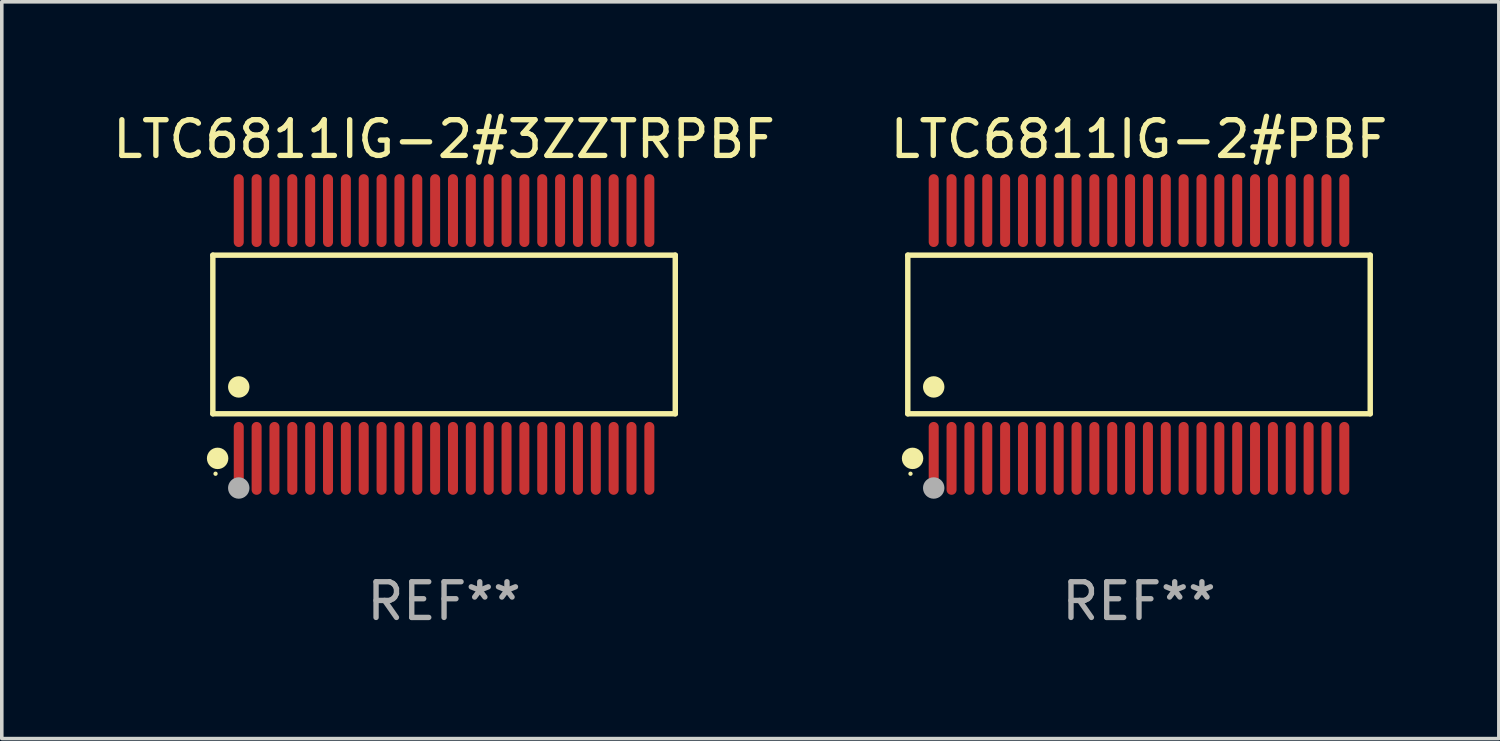
<source format=kicad_pcb>
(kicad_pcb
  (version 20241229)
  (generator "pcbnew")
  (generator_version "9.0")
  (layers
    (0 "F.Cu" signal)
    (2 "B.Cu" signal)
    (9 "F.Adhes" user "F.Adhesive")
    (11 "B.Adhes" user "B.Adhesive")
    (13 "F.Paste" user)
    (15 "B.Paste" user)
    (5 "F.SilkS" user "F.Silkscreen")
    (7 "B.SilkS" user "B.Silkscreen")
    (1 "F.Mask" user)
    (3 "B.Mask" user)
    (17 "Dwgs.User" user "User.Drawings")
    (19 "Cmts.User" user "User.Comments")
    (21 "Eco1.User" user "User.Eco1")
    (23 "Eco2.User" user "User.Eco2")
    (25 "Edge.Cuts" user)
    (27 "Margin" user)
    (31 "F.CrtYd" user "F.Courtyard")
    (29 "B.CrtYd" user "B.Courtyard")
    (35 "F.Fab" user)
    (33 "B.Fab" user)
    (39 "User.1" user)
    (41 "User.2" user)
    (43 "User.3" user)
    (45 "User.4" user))
  (footprint "LTC6811IG-2#3ZZTRPBF"
    (layer "F.Cu")
    (at 9.387 6.318)
    (property "Reference" "LTC6811IG-2#3ZZTRPBF" (at 0 -5.47 0) (layer "F.SilkS") (effects (font (size 1 1) (thickness 0.15))))
    (attr through_hole)
    (fp_line (start -6.476 -2.221) (end 6.476 -2.221) (stroke (width 0.152) (type solid)) (layer "F.SilkS"))
    (fp_line (start -6.476 2.221) (end -6.476 -2.221) (stroke (width 0.152) (type solid)) (layer "F.SilkS"))
    (fp_line (start 6.476 -2.221) (end 6.476 2.221) (stroke (width 0.152) (type solid)) (layer "F.SilkS"))
    (fp_line (start 6.476 2.221) (end -6.476 2.221) (stroke (width 0.152) (type solid)) (layer "F.SilkS"))
    (fp_circle (center -6.4 3.9) (end -6.37 3.9) (stroke (width 0.06) (type solid)) (fill no) (layer "F.SilkS"))
    (fp_circle (center -6.342 3.47) (end -6.192 3.47) (stroke (width 0.3) (type solid)) (fill no) (layer "F.SilkS"))
    (fp_circle (center -5.75 1.469) (end -5.6 1.469) (stroke (width 0.3) (type solid)) (fill no) (layer "F.SilkS"))
    (fp_circle (center -5.75 4.3) (end -5.6 4.3) (stroke (width 0.3) (type solid)) (fill no) (layer "F.Fab"))
    (fp_text user "REF**" (at 0 7.47 0) (layer "F.Fab") (effects (font (size 1 1) (thickness 0.15))))
    (pad "1" smd oval (at -5.75 3.47) (size 0.28 2.04) (layers "F.Cu" "F.Mask" "F.Paste"))
    (pad "2" smd oval (at -5.25 3.47) (size 0.28 2.04) (layers "F.Cu" "F.Mask" "F.Paste"))
    (pad "3" smd oval (at -4.75 3.47) (size 0.28 2.04) (layers "F.Cu" "F.Mask" "F.Paste"))
    (pad "4" smd oval (at -4.25 3.47) (size 0.28 2.04) (layers "F.Cu" "F.Mask" "F.Paste"))
    (pad "5" smd oval (at -3.75 3.47) (size 0.28 2.04) (layers "F.Cu" "F.Mask" "F.Paste"))
    (pad "6" smd oval (at -3.25 3.47) (size 0.28 2.04) (layers "F.Cu" "F.Mask" "F.Paste"))
    (pad "7" smd oval (at -2.75 3.47) (size 0.28 2.04) (layers "F.Cu" "F.Mask" "F.Paste"))
    (pad "8" smd oval (at -2.25 3.47) (size 0.28 2.04) (layers "F.Cu" "F.Mask" "F.Paste"))
    (pad "9" smd oval (at -1.75 3.47) (size 0.28 2.04) (layers "F.Cu" "F.Mask" "F.Paste"))
    (pad "10" smd oval (at -1.25 3.47) (size 0.28 2.04) (layers "F.Cu" "F.Mask" "F.Paste"))
    (pad "11" smd oval (at -0.75 3.47) (size 0.28 2.04) (layers "F.Cu" "F.Mask" "F.Paste"))
    (pad "12" smd oval (at -0.25 3.47) (size 0.28 2.04) (layers "F.Cu" "F.Mask" "F.Paste"))
    (pad "13" smd oval (at 0.25 3.47) (size 0.28 2.04) (layers "F.Cu" "F.Mask" "F.Paste"))
    (pad "14" smd oval (at 0.75 3.47) (size 0.28 2.04) (layers "F.Cu" "F.Mask" "F.Paste"))
    (pad "15" smd oval (at 1.25 3.47) (size 0.28 2.04) (layers "F.Cu" "F.Mask" "F.Paste"))
    (pad "16" smd oval (at 1.75 3.47) (size 0.28 2.04) (layers "F.Cu" "F.Mask" "F.Paste"))
    (pad "17" smd oval (at 2.25 3.47) (size 0.28 2.04) (layers "F.Cu" "F.Mask" "F.Paste"))
    (pad "18" smd oval (at 2.75 3.47) (size 0.28 2.04) (layers "F.Cu" "F.Mask" "F.Paste"))
    (pad "19" smd oval (at 3.25 3.47) (size 0.28 2.04) (layers "F.Cu" "F.Mask" "F.Paste"))
    (pad "20" smd oval (at 3.75 3.47) (size 0.28 2.04) (layers "F.Cu" "F.Mask" "F.Paste"))
    (pad "21" smd oval (at 4.25 3.47) (size 0.28 2.04) (layers "F.Cu" "F.Mask" "F.Paste"))
    (pad "22" smd oval (at 4.75 3.47) (size 0.28 2.04) (layers "F.Cu" "F.Mask" "F.Paste"))
    (pad "23" smd oval (at 5.25 3.47) (size 0.28 2.04) (layers "F.Cu" "F.Mask" "F.Paste"))
    (pad "24" smd oval (at 5.75 3.47) (size 0.28 2.04) (layers "F.Cu" "F.Mask" "F.Paste"))
    (pad "25" smd oval (at 5.75 -3.47) (size 0.28 2.04) (layers "F.Cu" "F.Mask" "F.Paste"))
    (pad "26" smd oval (at 5.25 -3.47) (size 0.28 2.04) (layers "F.Cu" "F.Mask" "F.Paste"))
    (pad "27" smd oval (at 4.75 -3.47) (size 0.28 2.04) (layers "F.Cu" "F.Mask" "F.Paste"))
    (pad "28" smd oval (at 4.25 -3.47) (size 0.28 2.04) (layers "F.Cu" "F.Mask" "F.Paste"))
    (pad "29" smd oval (at 3.75 -3.47) (size 0.28 2.04) (layers "F.Cu" "F.Mask" "F.Paste"))
    (pad "30" smd oval (at 3.25 -3.47) (size 0.28 2.04) (layers "F.Cu" "F.Mask" "F.Paste"))
    (pad "31" smd oval (at 2.75 -3.47) (size 0.28 2.04) (layers "F.Cu" "F.Mask" "F.Paste"))
    (pad "32" smd oval (at 2.25 -3.47) (size 0.28 2.04) (layers "F.Cu" "F.Mask" "F.Paste"))
    (pad "33" smd oval (at 1.75 -3.47) (size 0.28 2.04) (layers "F.Cu" "F.Mask" "F.Paste"))
    (pad "34" smd oval (at 1.25 -3.47) (size 0.28 2.04) (layers "F.Cu" "F.Mask" "F.Paste"))
    (pad "35" smd oval (at 0.75 -3.47) (size 0.28 2.04) (layers "F.Cu" "F.Mask" "F.Paste"))
    (pad "36" smd oval (at 0.25 -3.47) (size 0.28 2.04) (layers "F.Cu" "F.Mask" "F.Paste"))
    (pad "37" smd oval (at -0.25 -3.47) (size 0.28 2.04) (layers "F.Cu" "F.Mask" "F.Paste"))
    (pad "38" smd oval (at -0.75 -3.47) (size 0.28 2.04) (layers "F.Cu" "F.Mask" "F.Paste"))
    (pad "39" smd oval (at -1.25 -3.47) (size 0.28 2.04) (layers "F.Cu" "F.Mask" "F.Paste"))
    (pad "40" smd oval (at -1.75 -3.47) (size 0.28 2.04) (layers "F.Cu" "F.Mask" "F.Paste"))
    (pad "41" smd oval (at -2.25 -3.47) (size 0.28 2.04) (layers "F.Cu" "F.Mask" "F.Paste"))
    (pad "42" smd oval (at -2.75 -3.47) (size 0.28 2.04) (layers "F.Cu" "F.Mask" "F.Paste"))
    (pad "43" smd oval (at -3.25 -3.47) (size 0.28 2.04) (layers "F.Cu" "F.Mask" "F.Paste"))
    (pad "44" smd oval (at -3.75 -3.47) (size 0.28 2.04) (layers "F.Cu" "F.Mask" "F.Paste"))
    (pad "45" smd oval (at -4.25 -3.47) (size 0.28 2.04) (layers "F.Cu" "F.Mask" "F.Paste"))
    (pad "46" smd oval (at -4.75 -3.47) (size 0.28 2.04) (layers "F.Cu" "F.Mask" "F.Paste"))
    (pad "47" smd oval (at -5.25 -3.47) (size 0.28 2.04) (layers "F.Cu" "F.Mask" "F.Paste"))
    (pad "48" smd oval (at -5.75 -3.47) (size 0.28 2.04) (layers "F.Cu" "F.Mask" "F.Paste")))
  (footprint "LTC6811IG-2#PBF"
    (layer "F.Cu")
    (at 28.851 6.318)
    (property "Reference" "LTC6811IG-2#PBF" (at 0 -5.47 0) (layer "F.SilkS") (effects (font (size 1 1) (thickness 0.15))))
    (attr through_hole)
    (fp_line (start -6.476 -2.221) (end 6.476 -2.221) (stroke (width 0.152) (type solid)) (layer "F.SilkS"))
    (fp_line (start -6.476 2.221) (end -6.476 -2.221) (stroke (width 0.152) (type solid)) (layer "F.SilkS"))
    (fp_line (start 6.476 -2.221) (end 6.476 2.221) (stroke (width 0.152) (type solid)) (layer "F.SilkS"))
    (fp_line (start 6.476 2.221) (end -6.476 2.221) (stroke (width 0.152) (type solid)) (layer "F.SilkS"))
    (fp_circle (center -6.4 3.9) (end -6.37 3.9) (stroke (width 0.06) (type solid)) (fill no) (layer "F.SilkS"))
    (fp_circle (center -6.342 3.47) (end -6.192 3.47) (stroke (width 0.3) (type solid)) (fill no) (layer "F.SilkS"))
    (fp_circle (center -5.75 1.469) (end -5.6 1.469) (stroke (width 0.3) (type solid)) (fill no) (layer "F.SilkS"))
    (fp_circle (center -5.75 4.3) (end -5.6 4.3) (stroke (width 0.3) (type solid)) (fill no) (layer "F.Fab"))
    (fp_text user "REF**" (at 0 7.47 0) (layer "F.Fab") (effects (font (size 1 1) (thickness 0.15))))
    (pad "1" smd oval (at -5.75 3.47) (size 0.28 2.04) (layers "F.Cu" "F.Mask" "F.Paste"))
    (pad "2" smd oval (at -5.25 3.47) (size 0.28 2.04) (layers "F.Cu" "F.Mask" "F.Paste"))
    (pad "3" smd oval (at -4.75 3.47) (size 0.28 2.04) (layers "F.Cu" "F.Mask" "F.Paste"))
    (pad "4" smd oval (at -4.25 3.47) (size 0.28 2.04) (layers "F.Cu" "F.Mask" "F.Paste"))
    (pad "5" smd oval (at -3.75 3.47) (size 0.28 2.04) (layers "F.Cu" "F.Mask" "F.Paste"))
    (pad "6" smd oval (at -3.25 3.47) (size 0.28 2.04) (layers "F.Cu" "F.Mask" "F.Paste"))
    (pad "7" smd oval (at -2.75 3.47) (size 0.28 2.04) (layers "F.Cu" "F.Mask" "F.Paste"))
    (pad "8" smd oval (at -2.25 3.47) (size 0.28 2.04) (layers "F.Cu" "F.Mask" "F.Paste"))
    (pad "9" smd oval (at -1.75 3.47) (size 0.28 2.04) (layers "F.Cu" "F.Mask" "F.Paste"))
    (pad "10" smd oval (at -1.25 3.47) (size 0.28 2.04) (layers "F.Cu" "F.Mask" "F.Paste"))
    (pad "11" smd oval (at -0.75 3.47) (size 0.28 2.04) (layers "F.Cu" "F.Mask" "F.Paste"))
    (pad "12" smd oval (at -0.25 3.47) (size 0.28 2.04) (layers "F.Cu" "F.Mask" "F.Paste"))
    (pad "13" smd oval (at 0.25 3.47) (size 0.28 2.04) (layers "F.Cu" "F.Mask" "F.Paste"))
    (pad "14" smd oval (at 0.75 3.47) (size 0.28 2.04) (layers "F.Cu" "F.Mask" "F.Paste"))
    (pad "15" smd oval (at 1.25 3.47) (size 0.28 2.04) (layers "F.Cu" "F.Mask" "F.Paste"))
    (pad "16" smd oval (at 1.75 3.47) (size 0.28 2.04) (layers "F.Cu" "F.Mask" "F.Paste"))
    (pad "17" smd oval (at 2.25 3.47) (size 0.28 2.04) (layers "F.Cu" "F.Mask" "F.Paste"))
    (pad "18" smd oval (at 2.75 3.47) (size 0.28 2.04) (layers "F.Cu" "F.Mask" "F.Paste"))
    (pad "19" smd oval (at 3.25 3.47) (size 0.28 2.04) (layers "F.Cu" "F.Mask" "F.Paste"))
    (pad "20" smd oval (at 3.75 3.47) (size 0.28 2.04) (layers "F.Cu" "F.Mask" "F.Paste"))
    (pad "21" smd oval (at 4.25 3.47) (size 0.28 2.04) (layers "F.Cu" "F.Mask" "F.Paste"))
    (pad "22" smd oval (at 4.75 3.47) (size 0.28 2.04) (layers "F.Cu" "F.Mask" "F.Paste"))
    (pad "23" smd oval (at 5.25 3.47) (size 0.28 2.04) (layers "F.Cu" "F.Mask" "F.Paste"))
    (pad "24" smd oval (at 5.75 3.47) (size 0.28 2.04) (layers "F.Cu" "F.Mask" "F.Paste"))
    (pad "25" smd oval (at 5.75 -3.47) (size 0.28 2.04) (layers "F.Cu" "F.Mask" "F.Paste"))
    (pad "26" smd oval (at 5.25 -3.47) (size 0.28 2.04) (layers "F.Cu" "F.Mask" "F.Paste"))
    (pad "27" smd oval (at 4.75 -3.47) (size 0.28 2.04) (layers "F.Cu" "F.Mask" "F.Paste"))
    (pad "28" smd oval (at 4.25 -3.47) (size 0.28 2.04) (layers "F.Cu" "F.Mask" "F.Paste"))
    (pad "29" smd oval (at 3.75 -3.47) (size 0.28 2.04) (layers "F.Cu" "F.Mask" "F.Paste"))
    (pad "30" smd oval (at 3.25 -3.47) (size 0.28 2.04) (layers "F.Cu" "F.Mask" "F.Paste"))
    (pad "31" smd oval (at 2.75 -3.47) (size 0.28 2.04) (layers "F.Cu" "F.Mask" "F.Paste"))
    (pad "32" smd oval (at 2.25 -3.47) (size 0.28 2.04) (layers "F.Cu" "F.Mask" "F.Paste"))
    (pad "33" smd oval (at 1.75 -3.47) (size 0.28 2.04) (layers "F.Cu" "F.Mask" "F.Paste"))
    (pad "34" smd oval (at 1.25 -3.47) (size 0.28 2.04) (layers "F.Cu" "F.Mask" "F.Paste"))
    (pad "35" smd oval (at 0.75 -3.47) (size 0.28 2.04) (layers "F.Cu" "F.Mask" "F.Paste"))
    (pad "36" smd oval (at 0.25 -3.47) (size 0.28 2.04) (layers "F.Cu" "F.Mask" "F.Paste"))
    (pad "37" smd oval (at -0.25 -3.47) (size 0.28 2.04) (layers "F.Cu" "F.Mask" "F.Paste"))
    (pad "38" smd oval (at -0.75 -3.47) (size 0.28 2.04) (layers "F.Cu" "F.Mask" "F.Paste"))
    (pad "39" smd oval (at -1.25 -3.47) (size 0.28 2.04) (layers "F.Cu" "F.Mask" "F.Paste"))
    (pad "40" smd oval (at -1.75 -3.47) (size 0.28 2.04) (layers "F.Cu" "F.Mask" "F.Paste"))
    (pad "41" smd oval (at -2.25 -3.47) (size 0.28 2.04) (layers "F.Cu" "F.Mask" "F.Paste"))
    (pad "42" smd oval (at -2.75 -3.47) (size 0.28 2.04) (layers "F.Cu" "F.Mask" "F.Paste"))
    (pad "43" smd oval (at -3.25 -3.47) (size 0.28 2.04) (layers "F.Cu" "F.Mask" "F.Paste"))
    (pad "44" smd oval (at -3.75 -3.47) (size 0.28 2.04) (layers "F.Cu" "F.Mask" "F.Paste"))
    (pad "45" smd oval (at -4.25 -3.47) (size 0.28 2.04) (layers "F.Cu" "F.Mask" "F.Paste"))
    (pad "46" smd oval (at -4.75 -3.47) (size 0.28 2.04) (layers "F.Cu" "F.Mask" "F.Paste"))
    (pad "47" smd oval (at -5.25 -3.47) (size 0.28 2.04) (layers "F.Cu" "F.Mask" "F.Paste"))
    (pad "48" smd oval (at -5.75 -3.47) (size 0.28 2.04) (layers "F.Cu" "F.Mask" "F.Paste")))
  (gr_rect
    (start -3 -3)
    (end 38.929 17.636)
    (stroke (width 0.1) (type default))
    (fill no)
    (layer "Edge.Cuts")))
</source>
